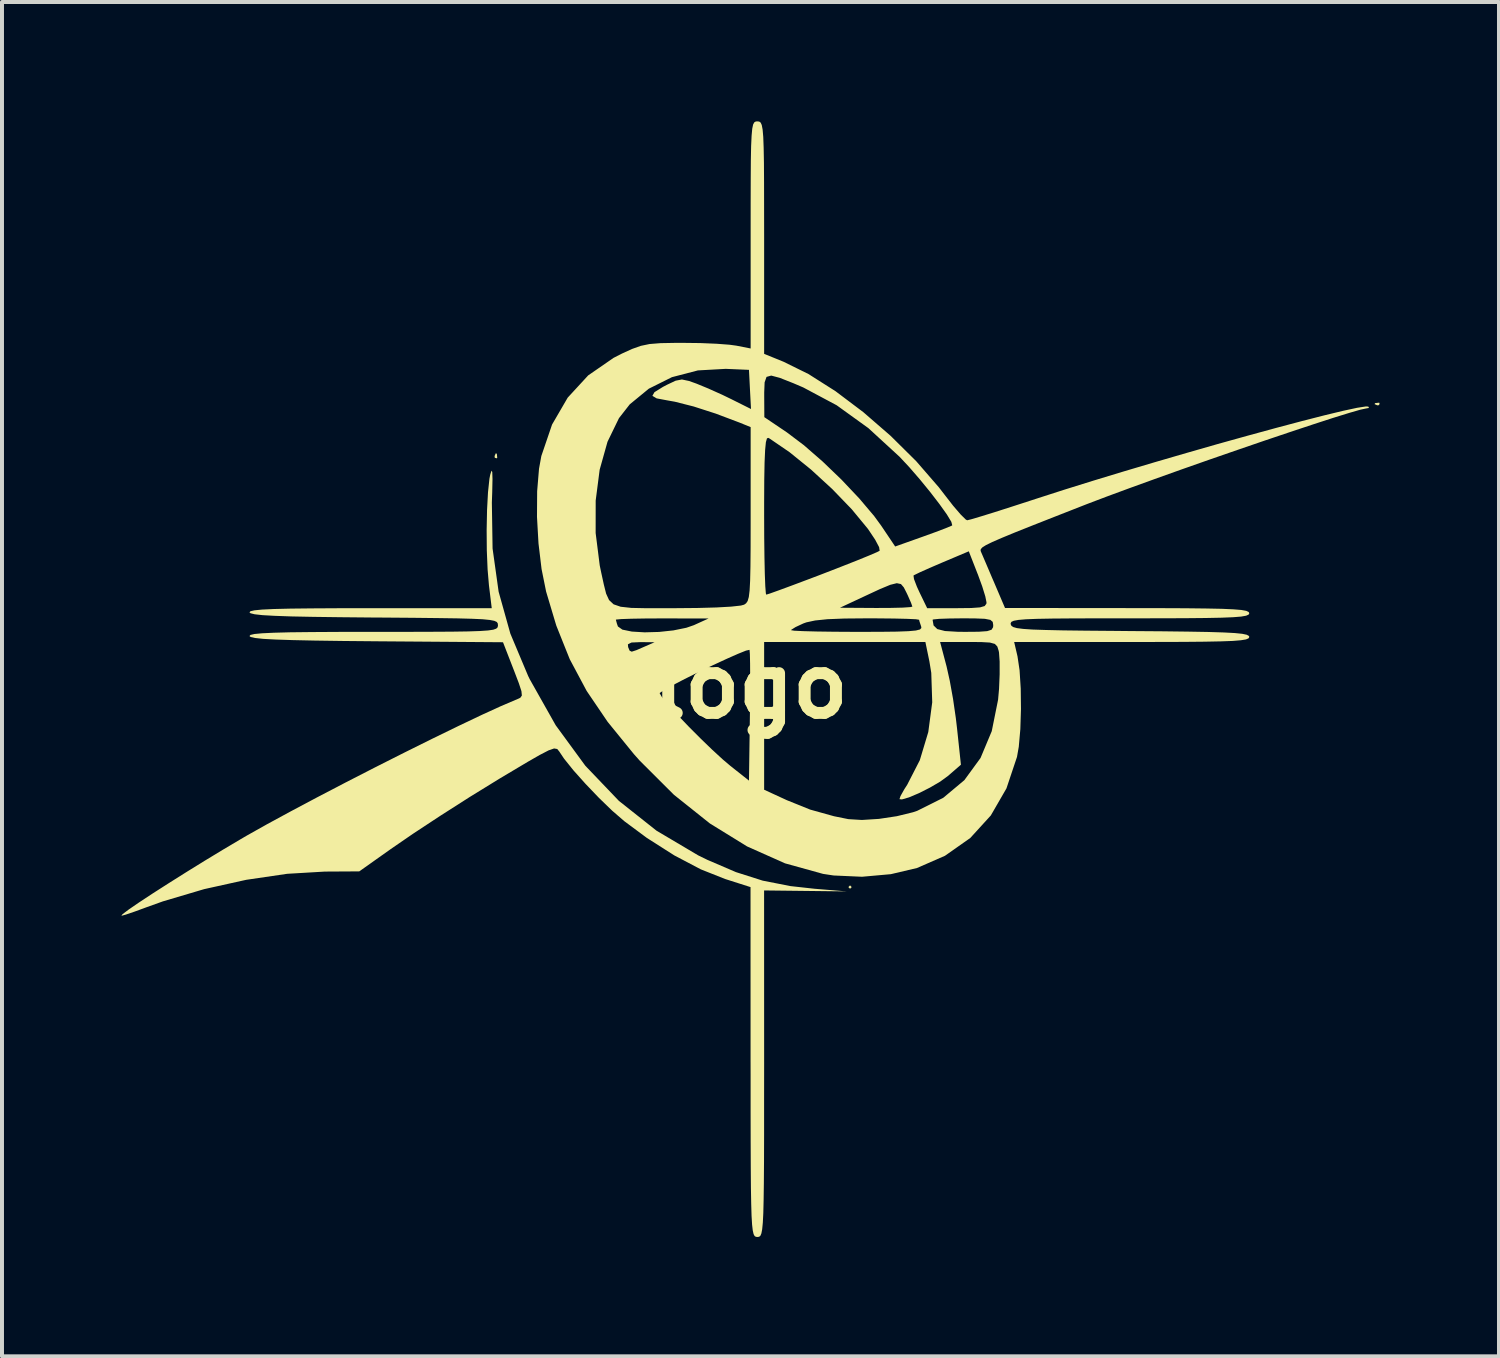
<source format=kicad_pcb>
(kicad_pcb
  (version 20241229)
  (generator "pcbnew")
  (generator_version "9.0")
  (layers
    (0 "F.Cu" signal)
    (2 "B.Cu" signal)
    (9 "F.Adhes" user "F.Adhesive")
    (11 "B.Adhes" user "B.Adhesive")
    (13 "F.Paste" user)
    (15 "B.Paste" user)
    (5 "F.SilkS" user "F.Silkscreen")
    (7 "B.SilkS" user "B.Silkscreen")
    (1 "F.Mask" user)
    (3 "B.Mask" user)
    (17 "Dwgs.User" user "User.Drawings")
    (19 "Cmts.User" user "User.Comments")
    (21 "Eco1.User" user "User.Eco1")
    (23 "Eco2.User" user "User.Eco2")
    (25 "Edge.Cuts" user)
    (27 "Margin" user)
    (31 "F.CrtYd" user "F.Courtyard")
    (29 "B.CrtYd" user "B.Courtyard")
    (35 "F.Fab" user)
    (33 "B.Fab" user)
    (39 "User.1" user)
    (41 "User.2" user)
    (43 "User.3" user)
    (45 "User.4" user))
  (footprint "logo"
    (layer "F.Cu")
    (at 15.813 14.187)
    (property "Reference" "logo" (at 0 0 0) (layer "F.SilkS") (effects (font (size 1.5 1.5) (thickness 0.3))))
    (attr board_only exclude_from_pos_files exclude_from_bom)
    (fp_poly (pts (xy 2.54 5.055) (xy 2.498 5.097) (xy 2.455 5.055) (xy 2.498 5.012)) (stroke (width 0) (type solid)) (fill yes) (layer "F.SilkS"))
    (fp_poly (pts (xy -6.378 -5.833) (xy -6.368 -5.732) (xy -6.378 -5.72) (xy -6.429 -5.732) (xy -6.435 -5.777) (xy -6.404 -5.847)) (stroke (width 0) (type solid)) (fill yes) (layer "F.SilkS"))
    (fp_poly (pts (xy 15.804 -7.107) (xy 15.793 -7.057) (xy 15.748 -7.051) (xy 15.678 -7.082) (xy 15.692 -7.107) (xy 15.792 -7.118)) (stroke (width 0) (type solid)) (fill yes) (layer "F.SilkS"))
    (fp_poly (pts (xy -6.493 -5.376) (xy -6.487 -5.198) (xy -6.494 -4.865) (xy -6.503 -4.609) (xy -6.485 -3.453) (xy -6.333 -2.368) (xy -6.038 -1.314) (xy -5.591 -0.25) (xy -5.552 -0.17) (xy -4.899 0.988) (xy -4.154 2.006) (xy -3.311 2.888) (xy -2.367 3.636) (xy -1.319 4.257) (xy -1.09 4.369) (xy -0.368 4.679) (xy 0.304 4.893) (xy 1.002 5.03) (xy 1.609 5.097) (xy 2.413 5.163) (xy 1.376 5.151) (xy 0.338 5.139) (xy 0.339 9.493) (xy 0.338 10.464) (xy 0.338 11.278) (xy 0.336 11.951) (xy 0.332 12.494) (xy 0.326 12.922) (xy 0.318 13.249) (xy 0.306 13.488) (xy 0.29 13.653) (xy 0.27 13.757) (xy 0.245 13.816) (xy 0.215 13.841) (xy 0.179 13.847) (xy 0.169 13.847) (xy 0.132 13.843) (xy 0.1 13.824) (xy 0.074 13.775) (xy 0.053 13.683) (xy 0.036 13.534) (xy 0.023 13.315) (xy 0.014 13.012) (xy 0.007 12.611) (xy 0.003 12.099) (xy 0.000466 11.461) (xy -0.001 10.686) (xy -0.001 9.758) (xy -0.002 9.451) (xy -0.003 5.055) (xy -0.643 4.851) (xy -1.252 4.609) (xy -1.921 4.257) (xy -2.608 3.819) (xy -3.178 3.396) (xy -3.477 3.137) (xy -3.811 2.814) (xy -4.147 2.463) (xy -4.452 2.122) (xy -4.689 1.827) (xy -4.809 1.648) (xy -4.86 1.585) (xy -4.939 1.571) (xy -5.075 1.618) (xy -5.299 1.734) (xy -5.601 1.907) (xy -6.308 2.328) (xy -7.058 2.79) (xy -7.8 3.264) (xy -8.488 3.717) (xy -9.045 4.1) (xy -9.835 4.66) (xy -10.701 4.665) (xy -11.647 4.721) (xy -12.675 4.872) (xy -13.732 5.106) (xy -14.768 5.413) (xy -15.189 5.564) (xy -15.475 5.669) (xy -15.698 5.745) (xy -15.811 5.776) (xy -15.813 5.776) (xy -15.783 5.735) (xy -15.629 5.619) (xy -15.371 5.442) (xy -15.031 5.218) (xy -14.628 4.96) (xy -14.185 4.681) (xy -13.721 4.394) (xy -13.259 4.114) (xy -12.817 3.852) (xy -12.658 3.759) (xy -12.158 3.478) (xy -11.563 3.155) (xy -10.897 2.801) (xy -10.184 2.429) (xy -9.449 2.052) (xy -8.714 1.681) (xy -8.005 1.329) (xy -7.346 1.008) (xy -6.76 0.729) (xy -6.272 0.506) (xy -5.906 0.35) (xy -5.873 0.337) (xy -5.789 0.298) (xy -5.749 0.241) (xy -5.76 0.131) (xy -5.824 -0.065) (xy -5.945 -0.383) (xy -5.958 -0.416) (xy -6.223 -1.098) (xy -9.391 -1.122) (xy -10.25 -1.13) (xy -10.953 -1.14) (xy -11.512 -1.152) (xy -11.939 -1.166) (xy -12.249 -1.183) (xy -12.453 -1.205) (xy -12.564 -1.23) (xy -12.594 -1.253) (xy -12.57 -1.282) (xy -12.47 -1.305) (xy -12.278 -1.323) (xy -11.984 -1.337) (xy -11.573 -1.348) (xy -11.033 -1.354) (xy -10.349 -1.358) (xy -9.51 -1.359) (xy -9.49 -1.359) (xy -8.679 -1.359) (xy -8.021 -1.361) (xy -7.5 -1.364) (xy -7.1 -1.37) (xy -6.806 -1.38) (xy -6.601 -1.394) (xy -6.469 -1.413) (xy -6.394 -1.439) (xy -6.359 -1.472) (xy -6.35 -1.513) (xy -6.35 -1.528) (xy -6.355 -1.572) (xy -6.38 -1.608) (xy -6.441 -1.636) (xy -6.554 -1.658) (xy -6.736 -1.676) (xy -7.003 -1.688) (xy -7.371 -1.698) (xy -7.855 -1.705) (xy -8.473 -1.712) (xy -9.239 -1.718) (xy -9.454 -1.719) (xy -10.304 -1.727) (xy -10.998 -1.736) (xy -11.548 -1.747) (xy -11.967 -1.762) (xy -12.268 -1.779) (xy -12.465 -1.801) (xy -12.569 -1.827) (xy -12.594 -1.848) (xy -12.57 -1.877) (xy -12.469 -1.9) (xy -12.277 -1.919) (xy -11.981 -1.933) (xy -11.568 -1.943) (xy -11.025 -1.949) (xy -10.337 -1.953) (xy -9.568 -1.954) (xy -6.506 -1.954) (xy -6.576 -2.527) (xy -6.61 -2.927) (xy -6.63 -3.407) (xy -6.634 -3.92) (xy -6.624 -4.422) (xy -6.6 -4.866) (xy -6.564 -5.206) (xy -6.544 -5.309) (xy -6.512 -5.41)) (stroke (width 0) (type solid)) (fill yes) (layer "F.SilkS"))
    (fp_poly (pts (xy 0.215 -14.182) (xy 0.251 -14.157) (xy 0.279 -14.096) (xy 0.301 -13.981) (xy 0.317 -13.795) (xy 0.327 -13.523) (xy 0.334 -13.147) (xy 0.337 -12.65) (xy 0.338 -12.017) (xy 0.339 -11.266) (xy 0.339 -8.345) (xy 0.826 -8.147) (xy 1.453 -7.838) (xy 2.132 -7.407) (xy 2.831 -6.88) (xy 3.517 -6.285) (xy 4.161 -5.647) (xy 4.729 -4.992) (xy 4.87 -4.809) (xy 5.088 -4.529) (xy 5.275 -4.311) (xy 5.404 -4.183) (xy 5.441 -4.163) (xy 5.544 -4.188) (xy 5.783 -4.259) (xy 6.132 -4.367) (xy 6.566 -4.506) (xy 7.06 -4.666) (xy 7.201 -4.712) (xy 7.868 -4.927) (xy 8.593 -5.153) (xy 9.36 -5.386) (xy 10.151 -5.621) (xy 10.948 -5.853) (xy 11.733 -6.078) (xy 12.491 -6.289) (xy 13.202 -6.483) (xy 13.85 -6.655) (xy 14.417 -6.8) (xy 14.885 -6.913) (xy 15.238 -6.989) (xy 15.457 -7.023) (xy 15.52 -7.021) (xy 15.538 -6.985) (xy 15.466 -6.973) (xy 15.322 -6.942) (xy 15.038 -6.86) (xy 14.634 -6.735) (xy 14.132 -6.572) (xy 13.551 -6.379) (xy 12.91 -6.163) (xy 12.231 -5.93) (xy 11.532 -5.688) (xy 10.835 -5.443) (xy 10.158 -5.201) (xy 9.523 -4.971) (xy 8.949 -4.759) (xy 8.456 -4.572) (xy 8.382 -4.543) (xy 7.665 -4.262) (xy 7.091 -4.036) (xy 6.644 -3.858) (xy 6.31 -3.72) (xy 6.071 -3.616) (xy 5.914 -3.539) (xy 5.823 -3.482) (xy 5.783 -3.437) (xy 5.778 -3.4) (xy 5.786 -3.376) (xy 5.839 -3.253) (xy 5.94 -3.017) (xy 6.069 -2.714) (xy 6.112 -2.615) (xy 6.392 -1.959) (xy 9.461 -1.956) (xy 10.272 -1.955) (xy 10.929 -1.952) (xy 11.448 -1.946) (xy 11.845 -1.938) (xy 12.134 -1.925) (xy 12.331 -1.909) (xy 12.453 -1.887) (xy 12.514 -1.859) (xy 12.531 -1.826) (xy 12.513 -1.792) (xy 12.45 -1.765) (xy 12.326 -1.743) (xy 12.125 -1.727) (xy 11.832 -1.715) (xy 11.431 -1.707) (xy 10.905 -1.702) (xy 10.24 -1.7) (xy 9.519 -1.699) (xy 8.724 -1.699) (xy 8.083 -1.697) (xy 7.579 -1.693) (xy 7.196 -1.686) (xy 6.918 -1.675) (xy 6.729 -1.659) (xy 6.613 -1.638) (xy 6.553 -1.611) (xy 6.534 -1.577) (xy 6.535 -1.55) (xy 6.553 -1.511) (xy 6.6 -1.479) (xy 6.693 -1.453) (xy 6.849 -1.433) (xy 7.083 -1.417) (xy 7.413 -1.406) (xy 7.854 -1.396) (xy 8.424 -1.389) (xy 9.139 -1.383) (xy 9.547 -1.379) (xy 10.347 -1.373) (xy 10.993 -1.365) (xy 11.501 -1.356) (xy 11.887 -1.344) (xy 12.166 -1.329) (xy 12.354 -1.31) (xy 12.467 -1.286) (xy 12.52 -1.257) (xy 12.531 -1.231) (xy 12.513 -1.197) (xy 12.448 -1.169) (xy 12.32 -1.148) (xy 12.114 -1.131) (xy 11.814 -1.12) (xy 11.404 -1.112) (xy 10.868 -1.107) (xy 10.19 -1.105) (xy 9.576 -1.104) (xy 6.622 -1.104) (xy 6.706 -0.743) (xy 6.758 -0.393) (xy 6.787 0.068) (xy 6.793 0.58) (xy 6.777 1.087) (xy 6.738 1.528) (xy 6.693 1.784) (xy 6.428 2.575) (xy 6.035 3.255) (xy 5.519 3.821) (xy 4.883 4.268) (xy 4.181 4.575) (xy 3.524 4.73) (xy 2.799 4.795) (xy 2.084 4.763) (xy 1.82 4.723) (xy 0.864 4.458) (xy -0.089 4.033) (xy -1.024 3.456) (xy -1.928 2.735) (xy -2.787 1.878) (xy -2.933 1.714) (xy -3.593 0.903) (xy -4.081 0.184) (xy -2.286 0.184) (xy -2.228 0.283) (xy -2.072 0.471) (xy -1.842 0.723) (xy -1.564 1.014) (xy -1.264 1.315) (xy -0.966 1.603) (xy -0.697 1.85) (xy -0.508 2.01) (xy -0.042 2.379) (xy -0.019 0.752) (xy -0.019 0.752) (xy 0.339 0.752) (xy 0.339 2.608) (xy 0.91 2.871) (xy 1.495 3.107) (xy 2.094 3.274) (xy 2.455 3.347) (xy 2.794 3.368) (xy 3.224 3.341) (xy 3.675 3.273) (xy 4.08 3.174) (xy 4.186 3.138) (xy 4.84 2.811) (xy 5.37 2.368) (xy 5.777 1.81) (xy 6.059 1.136) (xy 6.218 0.346) (xy 6.242 0.074) (xy 6.257 -0.29) (xy 6.257 -0.613) (xy 6.241 -0.84) (xy 6.233 -0.881) (xy 6.199 -0.99) (xy 6.137 -1.056) (xy 6.013 -1.09) (xy 5.788 -1.103) (xy 5.469 -1.104) (xy 4.761 -1.104) (xy 4.924 -0.488) (xy 5.004 -0.129) (xy 5.086 0.326) (xy 5.156 0.807) (xy 5.185 1.054) (xy 5.284 1.98) (xy 4.957 2.263) (xy 4.762 2.405) (xy 4.505 2.555) (xy 4.23 2.694) (xy 3.98 2.8) (xy 3.801 2.852) (xy 3.74 2.845) (xy 3.766 2.766) (xy 3.863 2.594) (xy 3.935 2.482) (xy 4.251 1.866) (xy 4.464 1.158) (xy 4.563 0.411) (xy 4.539 -0.328) (xy 4.492 -0.616) (xy 4.391 -1.104) (xy 2.365 -1.104) (xy 0.339 -1.104) (xy 0.339 0.752) (xy -0.019 0.752) (xy -0.014 0.245) (xy -0.012 -0.201) (xy -0.014 -0.559) (xy -0.019 -0.803) (xy -0.028 -0.906) (xy -0.029 -0.907) (xy -0.116 -0.888) (xy -0.32 -0.806) (xy -0.609 -0.678) (xy -0.95 -0.52) (xy -1.31 -0.347) (xy -1.656 -0.175) (xy -1.955 -0.02) (xy -2.174 0.102) (xy -2.281 0.175) (xy -2.286 0.184) (xy -4.081 0.184) (xy -4.122 0.123) (xy -4.545 -0.67) (xy -4.696 -1.046) (xy -3.084 -1.046) (xy -3.079 -0.977) (xy -3.041 -0.886) (xy -2.988 -0.861) (xy -2.868 -0.9) (xy -2.698 -0.974) (xy -2.413 -1.098) (xy -2.77 -1.101) (xy -2.995 -1.091) (xy -3.084 -1.046) (xy -4.696 -1.046) (xy -4.884 -1.517) (xy -4.928 -1.663) (xy -3.387 -1.663) (xy -3.36 -1.564) (xy -3.335 -1.494) (xy -3.223 -1.415) (xy -2.985 -1.366) (xy -2.664 -1.347) (xy -2.301 -1.357) (xy -1.938 -1.396) (xy -1.915 -1.401) (xy 1.016 -1.401) (xy 1.096 -1.388) (xy 1.321 -1.377) (xy 1.663 -1.368) (xy 2.098 -1.362) (xy 2.599 -1.359) (xy 2.676 -1.359) (xy 3.248 -1.36) (xy 3.671 -1.365) (xy 3.966 -1.376) (xy 4.153 -1.393) (xy 4.255 -1.419) (xy 4.29 -1.456) (xy 4.285 -1.494) (xy 4.24 -1.629) (xy 4.233 -1.663) (xy 4.572 -1.663) (xy 4.597 -1.52) (xy 4.69 -1.429) (xy 4.882 -1.38) (xy 5.2 -1.361) (xy 5.385 -1.359) (xy 5.733 -1.362) (xy 5.944 -1.377) (xy 6.053 -1.412) (xy 6.092 -1.475) (xy 6.096 -1.529) (xy 6.083 -1.61) (xy 6.024 -1.66) (xy 5.885 -1.687) (xy 5.634 -1.697) (xy 5.334 -1.699) (xy 4.998 -1.695) (xy 4.738 -1.686) (xy 4.591 -1.671) (xy 4.572 -1.663) (xy 4.233 -1.663) (xy 4.153 -1.676) (xy 3.933 -1.686) (xy 3.601 -1.694) (xy 3.187 -1.698) (xy 2.931 -1.699) (xy 2.359 -1.694) (xy 1.931 -1.677) (xy 1.62 -1.645) (xy 1.401 -1.598) (xy 1.323 -1.57) (xy 1.128 -1.479) (xy 1.022 -1.412) (xy 1.016 -1.401) (xy -1.915 -1.401) (xy -1.615 -1.462) (xy -1.427 -1.527) (xy -1.058 -1.695) (xy -2.223 -1.697) (xy -2.644 -1.695) (xy -2.998 -1.689) (xy -3.253 -1.68) (xy -3.379 -1.668) (xy -3.387 -1.663) (xy -4.928 -1.663) (xy -5.14 -2.372) (xy -5.254 -2.938) (xy -5.331 -3.581) (xy -5.346 -3.843) (xy -3.895 -3.843) (xy -3.792 -3.027) (xy -3.758 -2.863) (xy -3.69 -2.551) (xy -3.632 -2.32) (xy -3.558 -2.158) (xy -3.444 -2.051) (xy -3.266 -1.99) (xy -2.999 -1.961) (xy -2.62 -1.953) (xy -2.105 -1.954) (xy -1.896 -1.954) (xy -1.34 -1.959) (xy -1.116 -1.965) (xy 2.244 -1.965) (xy 3.154 -1.959) (xy 3.523 -1.961) (xy 3.821 -1.968) (xy 4.012 -1.981) (xy 4.064 -1.993) (xy 4.031 -2.088) (xy 3.949 -2.275) (xy 3.921 -2.334) (xy 3.849 -2.476) (xy 3.777 -2.56) (xy 3.673 -2.582) (xy 3.508 -2.541) (xy 3.25 -2.434) (xy 2.871 -2.258) (xy 2.852 -2.249) (xy 2.244 -1.965) (xy -1.116 -1.965) (xy -0.863 -1.972) (xy -0.49 -1.993) (xy -0.245 -2.02) (xy -0.164 -2.042) (xy -0.114 -2.077) (xy -0.075 -2.134) (xy -0.046 -2.235) (xy -0.026 -2.399) (xy -0.013 -2.646) (xy -0.005 -2.997) (xy -0.001 -3.47) (xy -0.000045 -4.087) (xy -0.000004 -4.295) (xy 0.339 -4.295) (xy 0.341 -3.732) (xy 0.347 -3.231) (xy 0.356 -2.814) (xy 0.368 -2.505) (xy 0.382 -2.327) (xy 0.392 -2.294) (xy 0.485 -2.323) (xy 0.709 -2.403) (xy 1.037 -2.524) (xy 1.444 -2.677) (xy 1.701 -2.774) (xy 4.092 -2.774) (xy 4.105 -2.685) (xy 4.178 -2.494) (xy 4.246 -2.346) (xy 4.436 -1.954) (xy 5.182 -1.954) (xy 5.542 -1.958) (xy 5.765 -1.974) (xy 5.881 -2.008) (xy 5.924 -2.066) (xy 5.927 -2.1) (xy 5.897 -2.25) (xy 5.819 -2.502) (xy 5.709 -2.804) (xy 5.704 -2.815) (xy 5.482 -3.383) (xy 4.805 -3.097) (xy 4.496 -2.964) (xy 4.252 -2.855) (xy 4.111 -2.786) (xy 4.092 -2.774) (xy 1.701 -2.774) (xy 1.81 -2.816) (xy 2.261 -2.991) (xy 2.657 -3.147) (xy 2.971 -3.275) (xy 3.176 -3.363) (xy 3.242 -3.397) (xy 3.228 -3.488) (xy 3.129 -3.675) (xy 2.966 -3.919) (xy 2.938 -3.958) (xy 2.541 -4.439) (xy 2.052 -4.946) (xy 1.515 -5.439) (xy 0.976 -5.875) (xy 0.48 -6.214) (xy 0.445 -6.234) (xy 0.41 -6.221) (xy 0.383 -6.125) (xy 0.364 -5.93) (xy 0.35 -5.619) (xy 0.342 -5.178) (xy 0.339 -4.59) (xy 0.339 -4.295) (xy -0.000004 -4.295) (xy 0 -4.317) (xy 0 -6.504) (xy -0.275 -6.616) (xy -0.873 -6.842) (xy -1.431 -7.022) (xy -1.904 -7.142) (xy -2.096 -7.176) (xy -2.362 -7.226) (xy -2.469 -7.29) (xy -2.417 -7.382) (xy -2.205 -7.514) (xy -2.1 -7.569) (xy -1.884 -7.671) (xy -1.727 -7.701) (xy -1.547 -7.663) (xy -1.365 -7.598) (xy -1.066 -7.475) (xy -0.712 -7.316) (xy -0.483 -7.205) (xy 0.009 -6.959) (xy -0.013 -7.375) (xy 0.341 -7.375) (xy 0.341 -7.284) (xy 0.344 -6.754) (xy 0.912 -6.371) (xy 1.332 -6.054) (xy 1.803 -5.645) (xy 2.282 -5.185) (xy 2.729 -4.712) (xy 3.103 -4.27) (xy 3.282 -4.025) (xy 3.632 -3.504) (xy 4.332 -3.753) (xy 4.65 -3.868) (xy 4.9 -3.963) (xy 5.046 -4.024) (xy 5.066 -4.036) (xy 5.043 -4.124) (xy 4.929 -4.312) (xy 4.744 -4.571) (xy 4.511 -4.874) (xy 4.25 -5.193) (xy 3.984 -5.5) (xy 3.742 -5.759) (xy 2.958 -6.479) (xy 2.162 -7.053) (xy 1.322 -7.501) (xy 1.074 -7.607) (xy 0.732 -7.742) (xy 0.517 -7.799) (xy 0.399 -7.766) (xy 0.351 -7.629) (xy 0.341 -7.375) (xy -0.013 -7.375) (xy -0.017 -7.451) (xy -0.042 -7.943) (xy -0.627 -7.968) (xy -1.325 -7.929) (xy -1.978 -7.759) (xy -2.558 -7.47) (xy -3.038 -7.076) (xy -3.309 -6.729) (xy -3.597 -6.136) (xy -3.794 -5.434) (xy -3.894 -4.658) (xy -3.895 -3.843) (xy -5.346 -3.843) (xy -5.369 -4.249) (xy -5.365 -4.892) (xy -5.318 -5.458) (xy -5.26 -5.777) (xy -4.99 -6.569) (xy -4.597 -7.245) (xy -4.082 -7.804) (xy -3.445 -8.244) (xy -3.236 -8.351) (xy -2.977 -8.469) (xy -2.76 -8.546) (xy -2.539 -8.592) (xy -2.265 -8.614) (xy -1.889 -8.621) (xy -1.693 -8.621) (xy -1.263 -8.616) (xy -0.857 -8.599) (xy -0.529 -8.574) (xy -0.36 -8.551) (xy 0 -8.48) (xy 0 -11.333) (xy 0.000271 -12.104) (xy 0.002 -12.722) (xy 0.005 -13.204) (xy 0.012 -13.566) (xy 0.024 -13.827) (xy 0.04 -14.002) (xy 0.062 -14.108) (xy 0.092 -14.163) (xy 0.13 -14.184) (xy 0.169 -14.187)) (stroke (width 0) (type solid)) (fill yes) (layer "F.SilkS")))
  (gr_rect
    (start -3 -3)
    (end 34.618 31.033)
    (stroke (width 0.1) (type default))
    (fill no)
    (layer "Edge.Cuts")))
</source>
